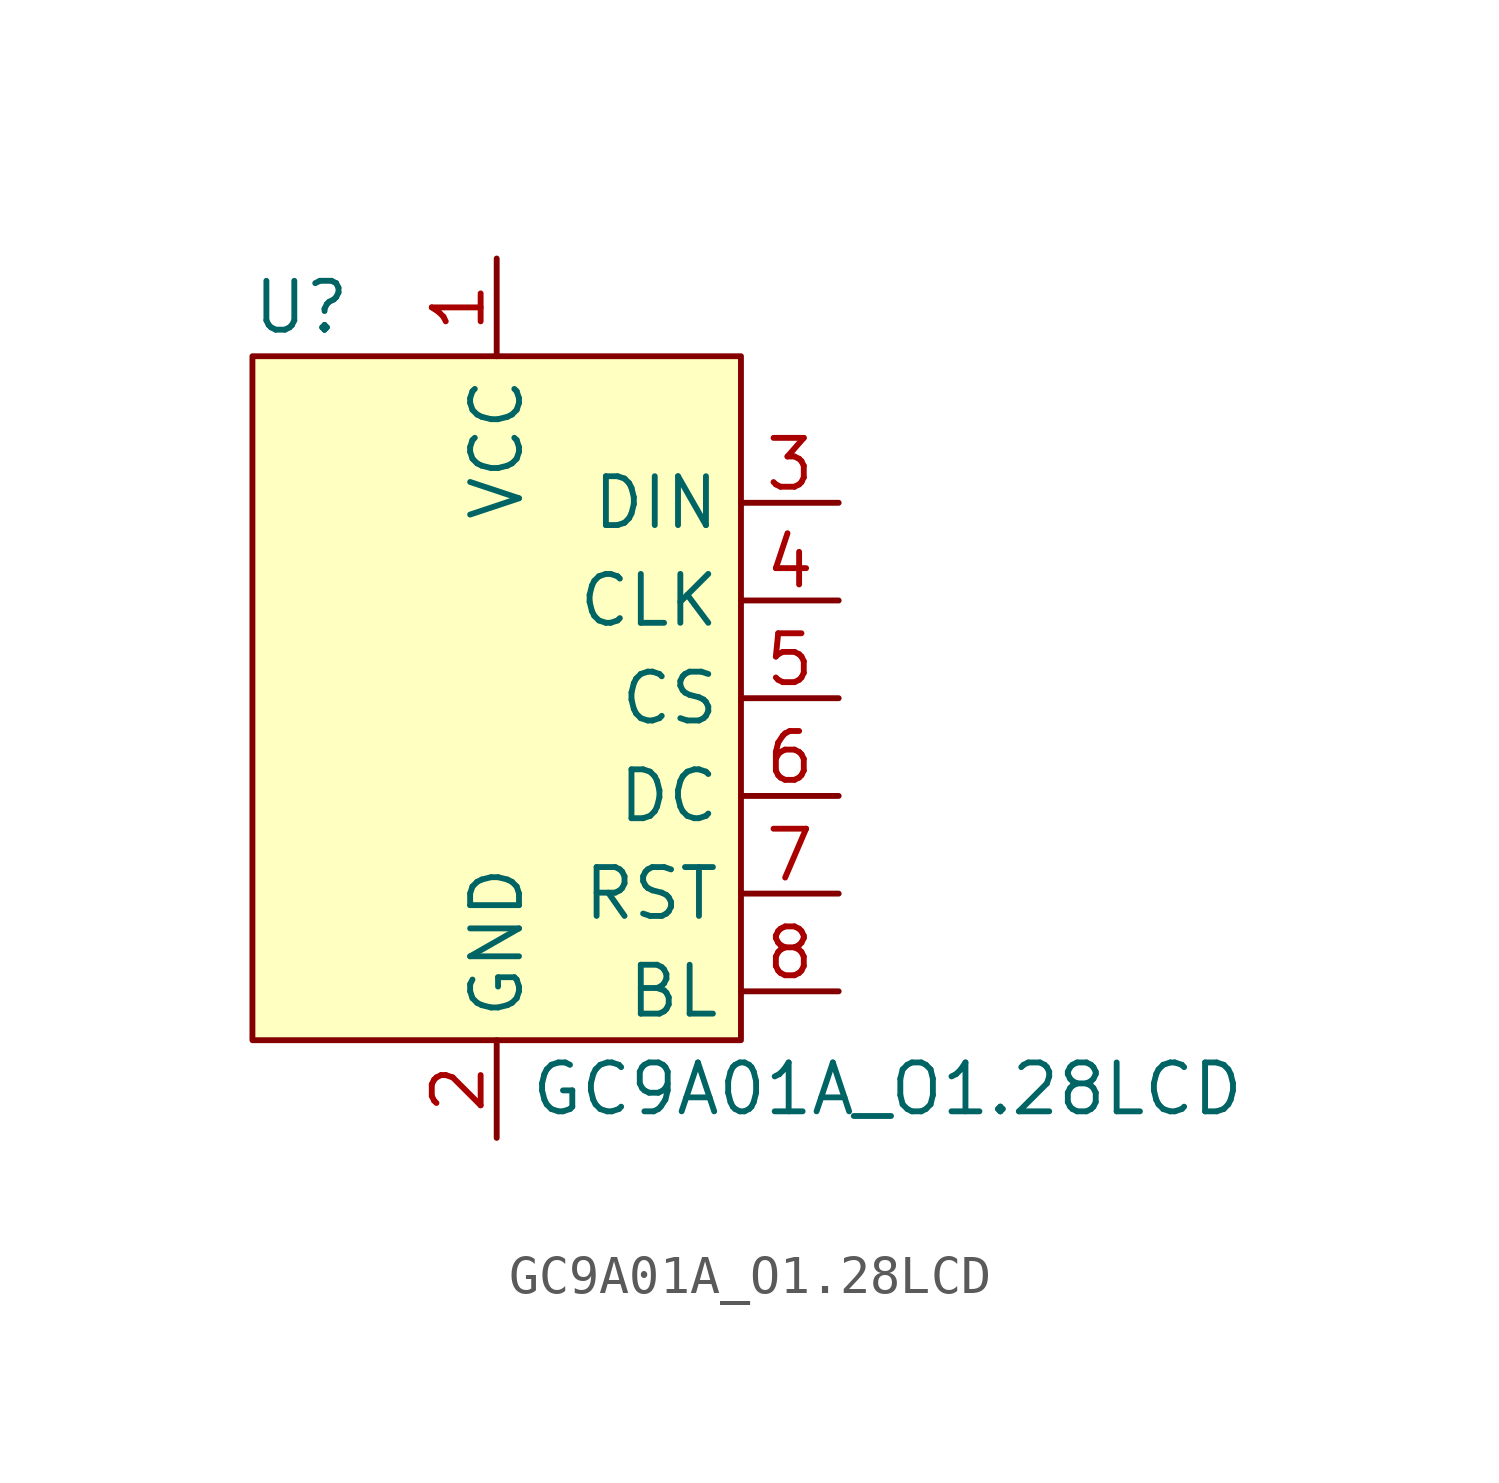
<source format=kicad_sym>
(kicad_symbol_lib
  (version 20211014)
  (generator kicad_symbol_editor)
  (symbol "GC9A01A_O1.28LCD"
    (property "Reference" "U"
      (at -5.08 10.16 0)
      (effects (font (size 1.27 1.27))))
    (property "Value" "GC9A01A_O1.28LCD"
      (at 10.16 -10.16 0)
      (effects (font (size 1.27 1.27))))
    (symbol "GC9A01A_O1.28LCD_0_1"
      (rectangle (start 6.35 8.89) (end -6.35 -8.89) (stroke (width 0) (type default) (color 0 0 0 0)) (fill (type background))))
    (symbol "GC9A01A_O1.28LCD_1_1"
      (pin power_in line (at 0 11.43 270) (length 2.54) (name "VCC" (effects (font (size 1.27 1.27)))) (number "1" (effects (font (size 1.27 1.27)))))
      (pin power_in line (at 0 -11.43 90) (length 2.54) (name "GND" (effects (font (size 1.27 1.27)))) (number "2" (effects (font (size 1.27 1.27)))))
      (pin input line (at 8.89 5.08 180) (length 2.54) (name "DIN" (effects (font (size 1.27 1.27)))) (number "3" (effects (font (size 1.27 1.27)))))
      (pin input line (at 8.89 2.54 180) (length 2.54) (name "CLK" (effects (font (size 1.27 1.27)))) (number "4" (effects (font (size 1.27 1.27)))))
      (pin input line (at 8.89 0 180) (length 2.54) (name "CS" (effects (font (size 1.27 1.27)))) (number "5" (effects (font (size 1.27 1.27)))))
      (pin input line (at 8.89 -2.54 180) (length 2.54) (name "DC" (effects (font (size 1.27 1.27)))) (number "6" (effects (font (size 1.27 1.27)))))
      (pin input line (at 8.89 -5.08 180) (length 2.54) (name "RST" (effects (font (size 1.27 1.27)))) (number "7" (effects (font (size 1.27 1.27)))))
      (pin input line (at 8.89 -7.62 180) (length 2.54) (name "BL" (effects (font (size 1.27 1.27)))) (number "8" (effects (font (size 1.27 1.27))))))))
</source>
